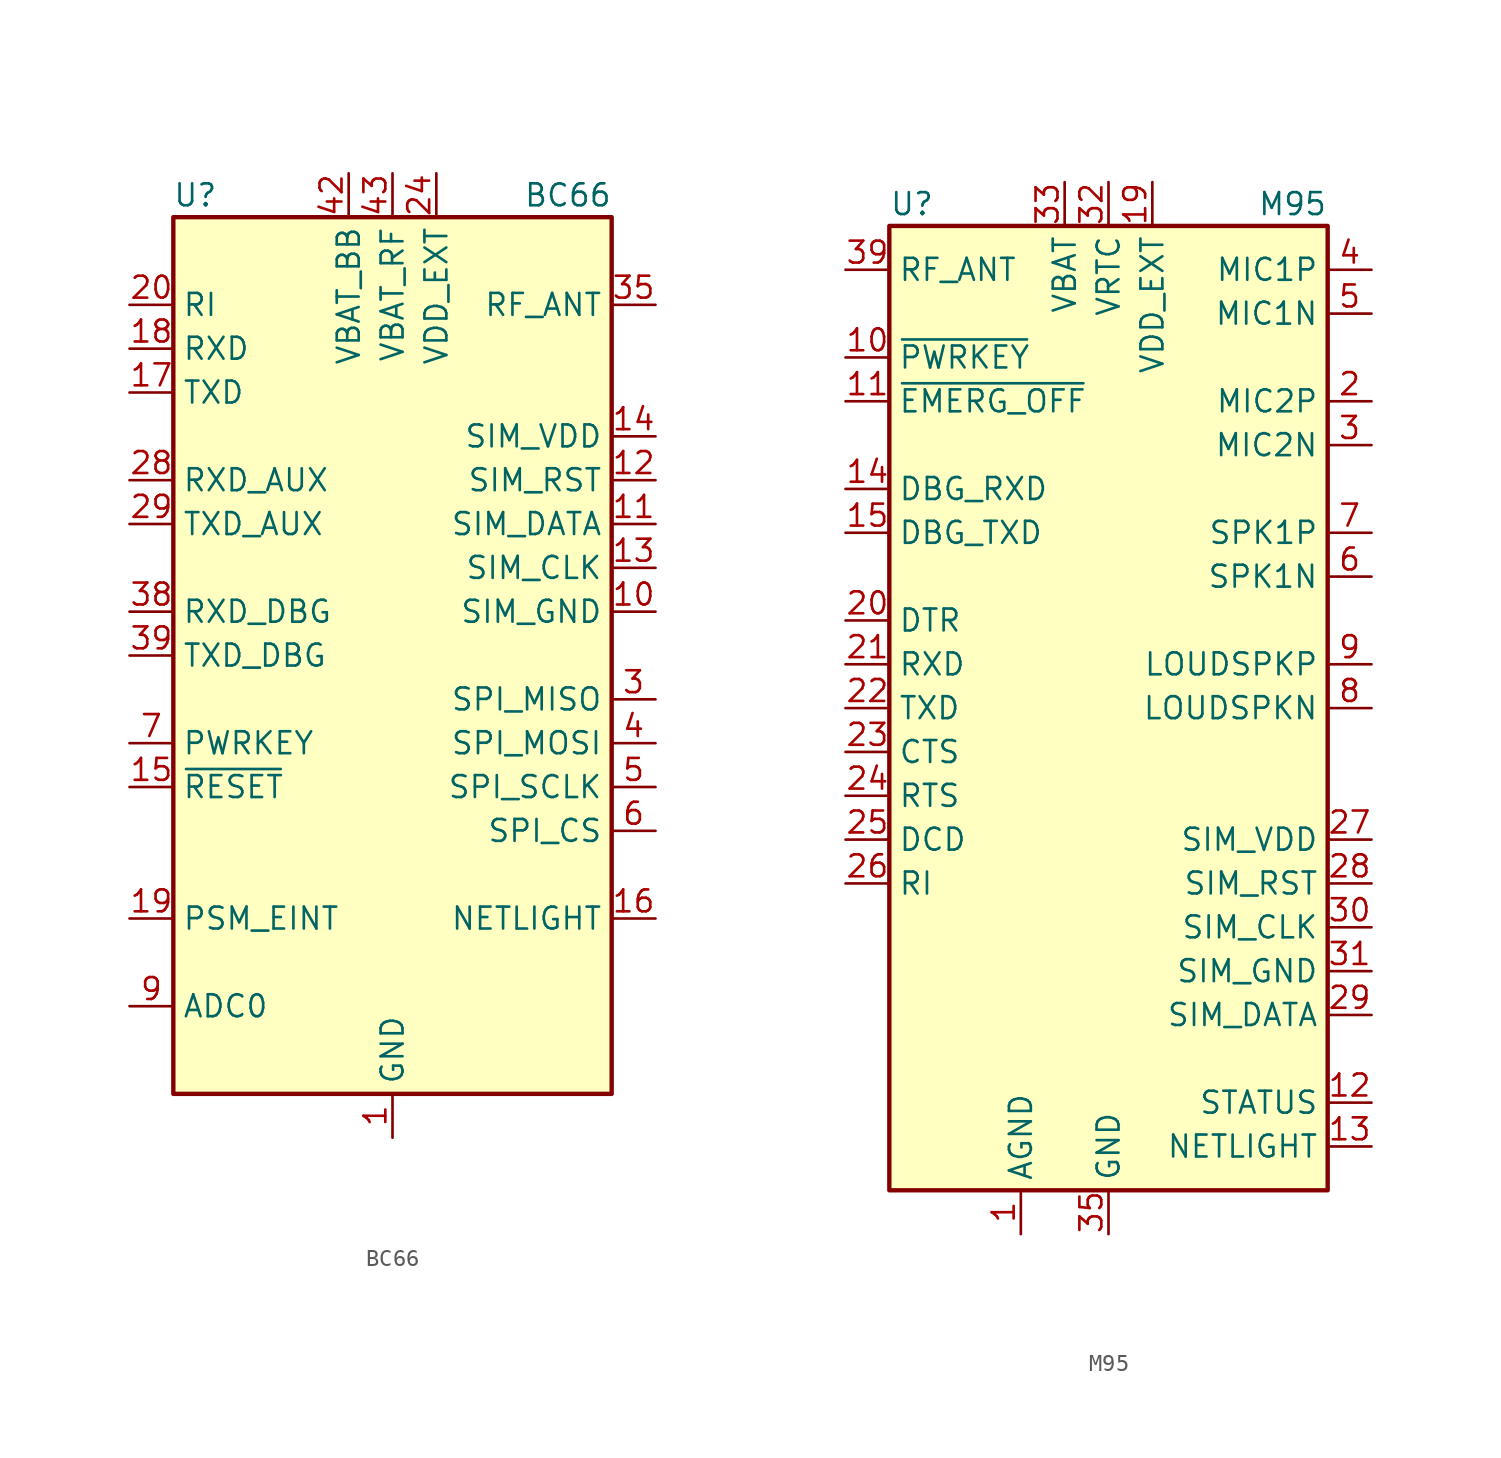
<source format=kicad_sym>
(kicad_symbol_lib
  (version 20211014)
  (generator kicad_symbol_editor)
  (symbol "BC66"
    (property "Reference" "U"
      (at -11.43 26.67 0)
      (effects (font (size 1.27 1.27))))
    (property "Value" "BC66"
      (at 10.16 26.67 0)
      (effects (font (size 1.27 1.27))))
    (symbol "BC66_0_1"
      (rectangle (start -12.7 25.4) (end 12.7 -25.4) (stroke (width 0.254) (type default) (color 0 0 0 0)) (fill (type background))))
    (symbol "BC66_1_1"
      (pin power_in line (at 0 -27.94 90) (length 2.54) (name "GND" (effects (font (size 1.27 1.27)))) (number "1" (effects (font (size 1.27 1.27)))))
      (pin power_out line (at 15.24 2.54 180) (length 2.54) (name "SIM_GND" (effects (font (size 1.27 1.27)))) (number "10" (effects (font (size 1.27 1.27)))))
      (pin bidirectional line (at 15.24 7.62 180) (length 2.54) (name "SIM_DATA" (effects (font (size 1.27 1.27)))) (number "11" (effects (font (size 1.27 1.27)))))
      (pin output line (at 15.24 10.16 180) (length 2.54) (name "SIM_RST" (effects (font (size 1.27 1.27)))) (number "12" (effects (font (size 1.27 1.27)))))
      (pin output line (at 15.24 5.08 180) (length 2.54) (name "SIM_CLK" (effects (font (size 1.27 1.27)))) (number "13" (effects (font (size 1.27 1.27)))))
      (pin power_out line (at 15.24 12.7 180) (length 2.54) (name "SIM_VDD" (effects (font (size 1.27 1.27)))) (number "14" (effects (font (size 1.27 1.27)))))
      (pin input line (at -15.24 -7.62 0) (length 2.54) (name "~{RESET}" (effects (font (size 1.27 1.27)))) (number "15" (effects (font (size 1.27 1.27)))))
      (pin output line (at 15.24 -15.24 180) (length 2.54) (name "NETLIGHT" (effects (font (size 1.27 1.27)))) (number "16" (effects (font (size 1.27 1.27)))))
      (pin output line (at -15.24 15.24 0) (length 2.54) (name "TXD" (effects (font (size 1.27 1.27)))) (number "17" (effects (font (size 1.27 1.27)))))
      (pin input line (at -15.24 17.78 0) (length 2.54) (name "RXD" (effects (font (size 1.27 1.27)))) (number "18" (effects (font (size 1.27 1.27)))))
      (pin input line (at -15.24 -15.24 0) (length 2.54) (name "PSM_EINT" (effects (font (size 1.27 1.27)))) (number "19" (effects (font (size 1.27 1.27)))))
      (pin no_connect line (at -5.08 25.4 270) (length 2.54) hide (name "RESERVED" (effects (font (size 1.27 1.27)))) (number "2" (effects (font (size 1.27 1.27)))))
      (pin output line (at -15.24 20.32 0) (length 2.54) (name "RI" (effects (font (size 1.27 1.27)))) (number "20" (effects (font (size 1.27 1.27)))))
      (pin no_connect line (at -12.7 12.7 0) (length 2.54) hide (name "RESERVED" (effects (font (size 1.27 1.27)))) (number "21" (effects (font (size 1.27 1.27)))))
      (pin no_connect line (at -12.7 5.08 0) (length 2.54) hide (name "RESERVED" (effects (font (size 1.27 1.27)))) (number "22" (effects (font (size 1.27 1.27)))))
      (pin no_connect line (at -12.7 -2.54 0) (length 2.54) hide (name "RESERVED" (effects (font (size 1.27 1.27)))) (number "23" (effects (font (size 1.27 1.27)))))
      (pin power_out line (at 2.54 27.94 270) (length 2.54) (name "VDD_EXT" (effects (font (size 1.27 1.27)))) (number "24" (effects (font (size 1.27 1.27)))))
      (pin no_connect line (at -12.7 -10.16 0) (length 2.54) hide (name "RESERVED" (effects (font (size 1.27 1.27)))) (number "25" (effects (font (size 1.27 1.27)))))
      (pin no_connect line (at -12.7 -17.78 0) (length 2.54) hide (name "RESERVED" (effects (font (size 1.27 1.27)))) (number "26" (effects (font (size 1.27 1.27)))))
      (pin passive line (at 0 -27.94 90) (length 2.54) hide (name "GND" (effects (font (size 1.27 1.27)))) (number "27" (effects (font (size 1.27 1.27)))))
      (pin input line (at -15.24 10.16 0) (length 2.54) (name "RXD_AUX" (effects (font (size 1.27 1.27)))) (number "28" (effects (font (size 1.27 1.27)))))
      (pin output line (at -15.24 7.62 0) (length 2.54) (name "TXD_AUX" (effects (font (size 1.27 1.27)))) (number "29" (effects (font (size 1.27 1.27)))))
      (pin input line (at 15.24 -2.54 180) (length 2.54) (name "SPI_MISO" (effects (font (size 1.27 1.27)))) (number "3" (effects (font (size 1.27 1.27)))))
      (pin no_connect line (at -12.7 -22.86 0) (length 2.54) hide (name "RESERVED" (effects (font (size 1.27 1.27)))) (number "30" (effects (font (size 1.27 1.27)))))
      (pin no_connect line (at -10.16 -25.4 90) (length 2.54) hide (name "RESERVED" (effects (font (size 1.27 1.27)))) (number "31" (effects (font (size 1.27 1.27)))))
      (pin no_connect line (at -7.62 -25.4 90) (length 2.54) hide (name "RESERVED" (effects (font (size 1.27 1.27)))) (number "32" (effects (font (size 1.27 1.27)))))
      (pin no_connect line (at -5.08 -25.4 90) (length 2.54) hide (name "RESERVED" (effects (font (size 1.27 1.27)))) (number "33" (effects (font (size 1.27 1.27)))))
      (pin passive line (at 0 -27.94 90) (length 2.54) hide (name "GND" (effects (font (size 1.27 1.27)))) (number "34" (effects (font (size 1.27 1.27)))))
      (pin passive line (at 15.24 20.32 180) (length 2.54) (name "RF_ANT" (effects (font (size 1.27 1.27)))) (number "35" (effects (font (size 1.27 1.27)))))
      (pin passive line (at 0 -27.94 90) (length 2.54) hide (name "GND" (effects (font (size 1.27 1.27)))) (number "36" (effects (font (size 1.27 1.27)))))
      (pin passive line (at 0 -27.94 90) (length 2.54) hide (name "GND" (effects (font (size 1.27 1.27)))) (number "37" (effects (font (size 1.27 1.27)))))
      (pin input line (at -15.24 2.54 0) (length 2.54) (name "RXD_DBG" (effects (font (size 1.27 1.27)))) (number "38" (effects (font (size 1.27 1.27)))))
      (pin output line (at -15.24 0 0) (length 2.54) (name "TXD_DBG" (effects (font (size 1.27 1.27)))) (number "39" (effects (font (size 1.27 1.27)))))
      (pin output line (at 15.24 -5.08 180) (length 2.54) (name "SPI_MOSI" (effects (font (size 1.27 1.27)))) (number "4" (effects (font (size 1.27 1.27)))))
      (pin passive line (at 0 -27.94 90) (length 2.54) hide (name "GND" (effects (font (size 1.27 1.27)))) (number "40" (effects (font (size 1.27 1.27)))))
      (pin passive line (at 0 -27.94 90) (length 2.54) hide (name "GND" (effects (font (size 1.27 1.27)))) (number "41" (effects (font (size 1.27 1.27)))))
      (pin power_in line (at -2.54 27.94 270) (length 2.54) (name "VBAT_BB" (effects (font (size 1.27 1.27)))) (number "42" (effects (font (size 1.27 1.27)))))
      (pin power_in line (at 0 27.94 270) (length 2.54) (name "VBAT_RF" (effects (font (size 1.27 1.27)))) (number "43" (effects (font (size 1.27 1.27)))))
      (pin no_connect line (at -2.54 -25.4 90) (length 2.54) hide (name "RESERVED" (effects (font (size 1.27 1.27)))) (number "44" (effects (font (size 1.27 1.27)))))
      (pin no_connect line (at 5.08 -25.4 90) (length 2.54) hide (name "RESERVED" (effects (font (size 1.27 1.27)))) (number "45" (effects (font (size 1.27 1.27)))))
      (pin no_connect line (at 7.62 -25.4 90) (length 2.54) hide (name "RESERVED" (effects (font (size 1.27 1.27)))) (number "46" (effects (font (size 1.27 1.27)))))
      (pin no_connect line (at 10.16 -25.4 90) (length 2.54) hide (name "RESERVED" (effects (font (size 1.27 1.27)))) (number "47" (effects (font (size 1.27 1.27)))))
      (pin no_connect line (at 12.7 -22.86 180) (length 2.54) hide (name "RESERVED" (effects (font (size 1.27 1.27)))) (number "48" (effects (font (size 1.27 1.27)))))
      (pin no_connect line (at 12.7 -20.32 180) (length 2.54) hide (name "RESERVED" (effects (font (size 1.27 1.27)))) (number "49" (effects (font (size 1.27 1.27)))))
      (pin output line (at 15.24 -7.62 180) (length 2.54) (name "SPI_SCLK" (effects (font (size 1.27 1.27)))) (number "5" (effects (font (size 1.27 1.27)))))
      (pin no_connect line (at 12.7 -17.78 180) (length 2.54) hide (name "RESERVED" (effects (font (size 1.27 1.27)))) (number "50" (effects (font (size 1.27 1.27)))))
      (pin no_connect line (at -12.7 -12.7 0) (length 2.54) hide (name "RESERVED" (effects (font (size 1.27 1.27)))) (number "51" (effects (font (size 1.27 1.27)))))
      (pin no_connect line (at 12.7 -12.7 180) (length 2.54) hide (name "RESERVED" (effects (font (size 1.27 1.27)))) (number "52" (effects (font (size 1.27 1.27)))))
      (pin no_connect line (at 12.7 0 180) (length 2.54) hide (name "RESERVED" (effects (font (size 1.27 1.27)))) (number "53" (effects (font (size 1.27 1.27)))))
      (pin no_connect line (at 2.54 -25.4 90) (length 2.54) hide (name "RESERVED" (effects (font (size 1.27 1.27)))) (number "54" (effects (font (size 1.27 1.27)))))
      (pin no_connect line (at 12.7 17.78 180) (length 2.54) hide (name "RESERVED" (effects (font (size 1.27 1.27)))) (number "55" (effects (font (size 1.27 1.27)))))
      (pin no_connect line (at 12.7 15.24 180) (length 2.54) hide (name "RESERVED" (effects (font (size 1.27 1.27)))) (number "56" (effects (font (size 1.27 1.27)))))
      (pin no_connect line (at 12.7 22.86 180) (length 2.54) hide (name "RESERVED" (effects (font (size 1.27 1.27)))) (number "57" (effects (font (size 1.27 1.27)))))
      (pin no_connect line (at 5.08 25.4 270) (length 2.54) hide (name "RESERVED" (effects (font (size 1.27 1.27)))) (number "58" (effects (font (size 1.27 1.27)))))
      (pin output line (at 15.24 -10.16 180) (length 2.54) (name "SPI_CS" (effects (font (size 1.27 1.27)))) (number "6" (effects (font (size 1.27 1.27)))))
      (pin input line (at -15.24 -5.08 0) (length 2.54) (name "PWRKEY" (effects (font (size 1.27 1.27)))) (number "7" (effects (font (size 1.27 1.27)))))
      (pin no_connect line (at -12.7 22.86 0) (length 2.54) hide (name "RESERVED" (effects (font (size 1.27 1.27)))) (number "8" (effects (font (size 1.27 1.27)))))
      (pin input line (at -15.24 -20.32 0) (length 2.54) (name "ADC0" (effects (font (size 1.27 1.27)))) (number "9" (effects (font (size 1.27 1.27)))))))
  (symbol "M95"
    (property "Reference" "U"
      (at -12.7 29.21 0)
      (effects (font (size 1.27 1.27)) (justify left)))
    (property "Value" "M95"
      (at 12.7 29.21 0)
      (effects (font (size 1.27 1.27)) (justify right)))
    (symbol "M95_0_1"
      (rectangle (start -12.7 27.94) (end 12.7 -27.94) (stroke (width 0.254) (type default) (color 0 0 0 0)) (fill (type background))))
    (symbol "M95_1_1"
      (pin power_in line (at -5.08 -30.48 90) (length 2.54) (name "AGND" (effects (font (size 1.27 1.27)))) (number "1" (effects (font (size 1.27 1.27)))))
      (pin input line (at -15.24 20.32 0) (length 2.54) (name "~{PWRKEY}" (effects (font (size 1.27 1.27)))) (number "10" (effects (font (size 1.27 1.27)))))
      (pin input line (at -15.24 17.78 0) (length 2.54) (name "~{EMERG_OFF}" (effects (font (size 1.27 1.27)))) (number "11" (effects (font (size 1.27 1.27)))))
      (pin output line (at 15.24 -22.86 180) (length 2.54) (name "STATUS" (effects (font (size 1.27 1.27)))) (number "12" (effects (font (size 1.27 1.27)))))
      (pin output line (at 15.24 -25.4 180) (length 2.54) (name "NETLIGHT" (effects (font (size 1.27 1.27)))) (number "13" (effects (font (size 1.27 1.27)))))
      (pin input line (at -15.24 12.7 0) (length 2.54) (name "DBG_RXD" (effects (font (size 1.27 1.27)))) (number "14" (effects (font (size 1.27 1.27)))))
      (pin output line (at -15.24 10.16 0) (length 2.54) (name "DBG_TXD" (effects (font (size 1.27 1.27)))) (number "15" (effects (font (size 1.27 1.27)))))
      (pin no_connect line (at -12.7 -12.7 0) (length 2.54) hide (name "RESERVED" (effects (font (size 1.27 1.27)))) (number "16" (effects (font (size 1.27 1.27)))))
      (pin no_connect line (at -12.7 -15.24 0) (length 2.54) hide (name "RESERVED" (effects (font (size 1.27 1.27)))) (number "17" (effects (font (size 1.27 1.27)))))
      (pin no_connect line (at -12.7 -17.78 0) (length 2.54) hide (name "RESERVED" (effects (font (size 1.27 1.27)))) (number "18" (effects (font (size 1.27 1.27)))))
      (pin power_out line (at 2.54 30.48 270) (length 2.54) (name "VDD_EXT" (effects (font (size 1.27 1.27)))) (number "19" (effects (font (size 1.27 1.27)))))
      (pin input line (at 15.24 17.78 180) (length 2.54) (name "MIC2P" (effects (font (size 1.27 1.27)))) (number "2" (effects (font (size 1.27 1.27)))))
      (pin input line (at -15.24 5.08 0) (length 2.54) (name "DTR" (effects (font (size 1.27 1.27)))) (number "20" (effects (font (size 1.27 1.27)))))
      (pin input line (at -15.24 2.54 0) (length 2.54) (name "RXD" (effects (font (size 1.27 1.27)))) (number "21" (effects (font (size 1.27 1.27)))))
      (pin output line (at -15.24 0 0) (length 2.54) (name "TXD" (effects (font (size 1.27 1.27)))) (number "22" (effects (font (size 1.27 1.27)))))
      (pin output line (at -15.24 -2.54 0) (length 2.54) (name "CTS" (effects (font (size 1.27 1.27)))) (number "23" (effects (font (size 1.27 1.27)))))
      (pin input line (at -15.24 -5.08 0) (length 2.54) (name "RTS" (effects (font (size 1.27 1.27)))) (number "24" (effects (font (size 1.27 1.27)))))
      (pin output line (at -15.24 -7.62 0) (length 2.54) (name "DCD" (effects (font (size 1.27 1.27)))) (number "25" (effects (font (size 1.27 1.27)))))
      (pin output line (at -15.24 -10.16 0) (length 2.54) (name "RI" (effects (font (size 1.27 1.27)))) (number "26" (effects (font (size 1.27 1.27)))))
      (pin power_out line (at 15.24 -7.62 180) (length 2.54) (name "SIM_VDD" (effects (font (size 1.27 1.27)))) (number "27" (effects (font (size 1.27 1.27)))))
      (pin output line (at 15.24 -10.16 180) (length 2.54) (name "SIM_RST" (effects (font (size 1.27 1.27)))) (number "28" (effects (font (size 1.27 1.27)))))
      (pin bidirectional line (at 15.24 -17.78 180) (length 2.54) (name "SIM_DATA" (effects (font (size 1.27 1.27)))) (number "29" (effects (font (size 1.27 1.27)))))
      (pin input line (at 15.24 15.24 180) (length 2.54) (name "MIC2N" (effects (font (size 1.27 1.27)))) (number "3" (effects (font (size 1.27 1.27)))))
      (pin output line (at 15.24 -12.7 180) (length 2.54) (name "SIM_CLK" (effects (font (size 1.27 1.27)))) (number "30" (effects (font (size 1.27 1.27)))))
      (pin power_out line (at 15.24 -15.24 180) (length 2.54) (name "SIM_GND" (effects (font (size 1.27 1.27)))) (number "31" (effects (font (size 1.27 1.27)))))
      (pin power_in line (at 0 30.48 270) (length 2.54) (name "VRTC" (effects (font (size 1.27 1.27)))) (number "32" (effects (font (size 1.27 1.27)))))
      (pin power_in line (at -2.54 30.48 270) (length 2.54) (name "VBAT" (effects (font (size 1.27 1.27)))) (number "33" (effects (font (size 1.27 1.27)))))
      (pin passive line (at -2.54 30.48 270) (length 2.54) hide (name "VBAT" (effects (font (size 1.27 1.27)))) (number "34" (effects (font (size 1.27 1.27)))))
      (pin power_in line (at 0 -30.48 90) (length 2.54) (name "GND" (effects (font (size 1.27 1.27)))) (number "35" (effects (font (size 1.27 1.27)))))
      (pin passive line (at 0 -30.48 90) (length 2.54) hide (name "GND" (effects (font (size 1.27 1.27)))) (number "36" (effects (font (size 1.27 1.27)))))
      (pin passive line (at 0 -30.48 90) (length 2.54) hide (name "GND" (effects (font (size 1.27 1.27)))) (number "37" (effects (font (size 1.27 1.27)))))
      (pin passive line (at 0 -30.48 90) (length 2.54) hide (name "GND" (effects (font (size 1.27 1.27)))) (number "38" (effects (font (size 1.27 1.27)))))
      (pin passive line (at -15.24 25.4 0) (length 2.54) (name "RF_ANT" (effects (font (size 1.27 1.27)))) (number "39" (effects (font (size 1.27 1.27)))))
      (pin input line (at 15.24 25.4 180) (length 2.54) (name "MIC1P" (effects (font (size 1.27 1.27)))) (number "4" (effects (font (size 1.27 1.27)))))
      (pin passive line (at 0 -30.48 90) (length 2.54) hide (name "GND" (effects (font (size 1.27 1.27)))) (number "40" (effects (font (size 1.27 1.27)))))
      (pin no_connect line (at -12.7 -20.32 0) (length 2.54) hide (name "RESERVED" (effects (font (size 1.27 1.27)))) (number "41" (effects (font (size 1.27 1.27)))))
      (pin no_connect line (at -12.7 -22.86 0) (length 2.54) hide (name "RESERVED" (effects (font (size 1.27 1.27)))) (number "42" (effects (font (size 1.27 1.27)))))
      (pin input line (at 15.24 22.86 180) (length 2.54) (name "MIC1N" (effects (font (size 1.27 1.27)))) (number "5" (effects (font (size 1.27 1.27)))))
      (pin output line (at 15.24 7.62 180) (length 2.54) (name "SPK1N" (effects (font (size 1.27 1.27)))) (number "6" (effects (font (size 1.27 1.27)))))
      (pin output line (at 15.24 10.16 180) (length 2.54) (name "SPK1P" (effects (font (size 1.27 1.27)))) (number "7" (effects (font (size 1.27 1.27)))))
      (pin output line (at 15.24 0 180) (length 2.54) (name "LOUDSPKN" (effects (font (size 1.27 1.27)))) (number "8" (effects (font (size 1.27 1.27)))))
      (pin output line (at 15.24 2.54 180) (length 2.54) (name "LOUDSPKP" (effects (font (size 1.27 1.27)))) (number "9" (effects (font (size 1.27 1.27))))))))
</source>
